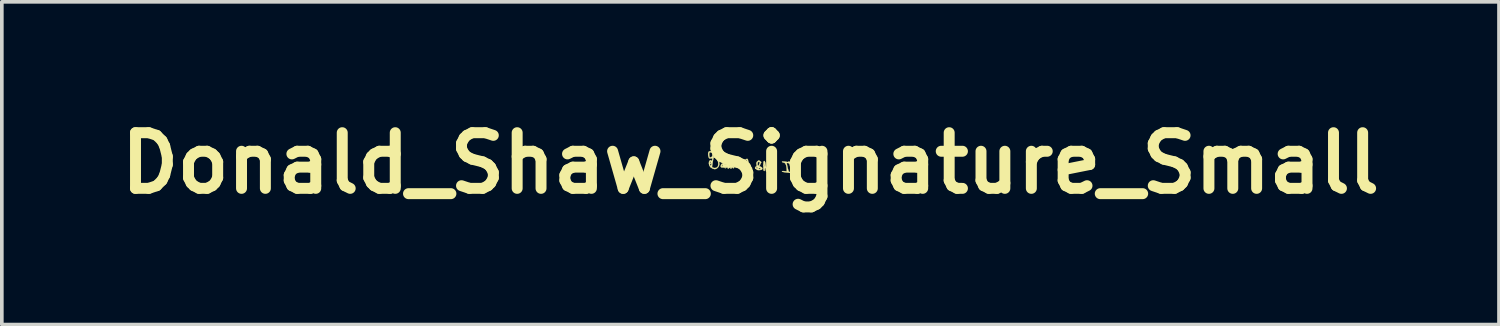
<source format=kicad_pcb>
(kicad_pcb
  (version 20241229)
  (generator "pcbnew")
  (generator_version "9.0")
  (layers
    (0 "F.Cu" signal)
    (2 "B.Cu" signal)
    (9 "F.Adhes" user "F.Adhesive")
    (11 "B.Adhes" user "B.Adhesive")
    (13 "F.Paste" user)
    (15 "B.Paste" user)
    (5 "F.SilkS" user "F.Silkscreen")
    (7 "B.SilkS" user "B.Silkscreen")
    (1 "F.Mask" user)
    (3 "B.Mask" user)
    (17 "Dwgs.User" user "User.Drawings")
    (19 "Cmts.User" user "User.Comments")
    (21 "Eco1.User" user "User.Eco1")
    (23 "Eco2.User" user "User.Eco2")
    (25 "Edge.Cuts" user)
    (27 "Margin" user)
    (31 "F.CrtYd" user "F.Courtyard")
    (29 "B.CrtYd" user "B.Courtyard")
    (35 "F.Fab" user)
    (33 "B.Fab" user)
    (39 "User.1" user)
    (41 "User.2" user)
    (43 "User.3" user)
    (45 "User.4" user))
  (footprint "Donald_Shaw_Signature_Small"
    (layer "F.Cu")
    (at 17.497 1.418)
    (property "Reference" "Donald_Shaw_Signature_Small" (at 0 0 0) (layer "F.SilkS") (effects (font (size 1.524 1.524) (thickness 0.3))))
    (attr through_hole)
    (fp_poly (pts (xy 0.259 -0.059) (xy 0.268 -0.052) (xy 0.298 -0.028) (xy 0.271 0.028) (xy 0.244 0.084) (xy 0.281 0.098) (xy 0.315 0.119) (xy 0.327 0.145) (xy 0.317 0.172) (xy 0.299 0.181) (xy 0.267 0.187) (xy 0.231 0.189) (xy 0.199 0.187) (xy 0.18 0.181) (xy 0.178 0.177) (xy 0.167 0.165) (xy 0.152 0.159) (xy 0.136 0.146) (xy 0.224 0.146) (xy 0.225 0.16) (xy 0.245 0.165) (xy 0.257 0.165) (xy 0.283 0.164) (xy 0.287 0.159) (xy 0.272 0.146) (xy 0.247 0.13) (xy 0.232 0.132) (xy 0.224 0.146) (xy 0.136 0.146) (xy 0.132 0.142) (xy 0.131 0.133) (xy 0.154 0.133) (xy 0.168 0.143) (xy 0.192 0.144) (xy 0.203 0.128) (xy 0.203 0.126) (xy 0.193 0.117) (xy 0.178 0.114) (xy 0.157 0.12) (xy 0.154 0.133) (xy 0.131 0.133) (xy 0.129 0.119) (xy 0.144 0.099) (xy 0.152 0.095) (xy 0.167 0.087) (xy 0.173 0.069) (xy 0.17 0.034) (xy 0.17 0.033) (xy 0.167 0.001) (xy 0.194 0.001) (xy 0.195 0.039) (xy 0.196 0.045) (xy 0.206 0.071) (xy 0.219 0.072) (xy 0.235 0.048) (xy 0.244 0.026) (xy 0.257 -0.011) (xy 0.255 -0.03) (xy 0.239 -0.038) (xy 0.227 -0.038) (xy 0.206 -0.027) (xy 0.194 0.001) (xy 0.167 0.001) (xy 0.167 -0.005) (xy 0.174 -0.03) (xy 0.191 -0.049) (xy 0.217 -0.07) (xy 0.236 -0.074) (xy 0.259 -0.059)) (stroke (width 0.01) (type solid)) (fill yes) (layer "F.SilkS"))
    (fp_poly (pts (xy -0.076 -0.114) (xy -0.065 -0.087) (xy -0.064 -0.069) (xy -0.051 -0.021) (xy -0.032 0.005) (xy -0.007 0.037) (xy 0.008 0.072) (xy 0.021 0.104) (xy 0.037 0.123) (xy 0.049 0.139) (xy 0.047 0.147) (xy 0.032 0.149) (xy 0.023 0.143) (xy 0.006 0.136) (xy -0.009 0.147) (xy -0.03 0.156) (xy -0.066 0.161) (xy -0.107 0.163) (xy -0.144 0.16) (xy -0.169 0.153) (xy -0.173 0.15) (xy -0.169 0.141) (xy -0.163 0.14) (xy -0.154 0.136) (xy -0.16 0.13) (xy -0.165 0.124) (xy -0.122 0.124) (xy -0.118 0.132) (xy -0.1 0.138) (xy -0.069 0.139) (xy -0.038 0.137) (xy -0.021 0.131) (xy -0.021 0.117) (xy -0.036 0.098) (xy -0.058 0.082) (xy -0.078 0.076) (xy -0.099 0.085) (xy -0.116 0.104) (xy -0.122 0.124) (xy -0.165 0.124) (xy -0.175 0.111) (xy -0.183 0.094) (xy -0.182 0.078) (xy -0.158 0.078) (xy -0.158 0.091) (xy -0.144 0.096) (xy -0.136 0.09) (xy -0.128 0.074) (xy -0.13 0.069) (xy -0.146 0.066) (xy -0.158 0.078) (xy -0.182 0.078) (xy -0.181 0.064) (xy -0.157 0.043) (xy -0.134 0.036) (xy -0.111 0.025) (xy -0.11 0.023) (xy -0.078 0.023) (xy -0.075 0.047) (xy -0.059 0.06) (xy -0.03 0.074) (xy -0.019 0.071) (xy -0.025 0.051) (xy -0.027 0.048) (xy -0.048 0.017) (xy -0.066 0.009) (xy -0.078 0.023) (xy -0.11 0.023) (xy -0.107 0.01) (xy -0.123 -0.001) (xy -0.129 -0.002) (xy -0.155 -0.016) (xy -0.164 -0.041) (xy -0.161 -0.054) (xy -0.137 -0.054) (xy -0.135 -0.032) (xy -0.115 -0.025) (xy -0.115 -0.025) (xy -0.095 -0.032) (xy -0.089 -0.056) (xy -0.089 -0.058) (xy -0.096 -0.082) (xy -0.112 -0.087) (xy -0.129 -0.076) (xy -0.137 -0.054) (xy -0.161 -0.054) (xy -0.156 -0.072) (xy -0.133 -0.099) (xy -0.1 -0.118) (xy -0.076 -0.114)) (stroke (width 0.01) (type solid)) (fill yes) (layer "F.SilkS"))
    (fp_poly (pts (xy 1.072 -0.039) (xy 1.088 -0.03) (xy 1.092 -0.037) (xy 1.1 -0.046) (xy 1.108 -0.042) (xy 1.132 -0.036) (xy 1.156 -0.036) (xy 1.187 -0.039) (xy 1.16 -0.016) (xy 1.134 0.006) (xy 1.16 0.118) (xy 1.173 0.173) (xy 1.184 0.206) (xy 1.197 0.222) (xy 1.217 0.224) (xy 1.246 0.214) (xy 1.262 0.208) (xy 1.28 0.208) (xy 1.283 0.214) (xy 1.272 0.226) (xy 1.245 0.24) (xy 1.238 0.243) (xy 1.209 0.256) (xy 1.194 0.267) (xy 1.194 0.269) (xy 1.185 0.278) (xy 1.184 0.277) (xy 1.168 0.275) (xy 1.133 0.271) (xy 1.092 0.266) (xy 1.007 0.256) (xy 0.945 0.248) (xy 0.902 0.241) (xy 0.877 0.235) (xy 0.865 0.228) (xy 0.864 0.225) (xy 0.875 0.218) (xy 0.907 0.217) (xy 0.93 0.219) (xy 0.997 0.226) (xy 0.995 0.161) (xy 0.989 0.11) (xy 0.979 0.06) (xy 0.974 0.045) (xy 0.958 0.01) (xy 0.939 -0.006) (xy 0.993 -0.006) (xy 0.994 0.007) (xy 1 0.039) (xy 1.01 0.085) (xy 1.018 0.119) (xy 1.032 0.175) (xy 1.043 0.211) (xy 1.053 0.23) (xy 1.064 0.239) (xy 1.079 0.241) (xy 1.08 0.241) (xy 1.113 0.241) (xy 1.096 0.143) (xy 1.085 0.082) (xy 1.077 0.042) (xy 1.068 0.018) (xy 1.057 0.005) (xy 1.094 0.005) (xy 1.096 0.019) (xy 1.101 0.041) (xy 1.109 0.078) (xy 1.121 0.133) (xy 1.137 0.209) (xy 1.138 0.213) (xy 1.146 0.233) (xy 1.155 0.236) (xy 1.157 0.221) (xy 1.153 0.188) (xy 1.143 0.143) (xy 1.138 0.121) (xy 1.124 0.072) (xy 1.111 0.032) (xy 1.102 0.007) (xy 1.099 0.004) (xy 1.094 0.005) (xy 1.057 0.005) (xy 1.057 0.005) (xy 1.042 -0.002) (xy 1.031 -0.004) (xy 1.005 -0.007) (xy 0.993 -0.006) (xy 0.939 -0.006) (xy 0.937 -0.008) (xy 0.91 -0.017) (xy 0.875 -0.028) (xy 0.864 -0.038) (xy 0.876 -0.045) (xy 0.908 -0.046) (xy 0.93 -0.044) (xy 0.972 -0.038) (xy 1.004 -0.033) (xy 1.015 -0.03) (xy 1.037 -0.034) (xy 1.043 -0.04) (xy 1.055 -0.049) (xy 1.072 -0.039)) (stroke (width 0.01) (type solid)) (fill yes) (layer "F.SilkS"))
    (fp_poly (pts (xy 0.39 -0.055) (xy 0.402 -0.029) (xy 0.409 0.001) (xy 0.417 0.047) (xy 0.425 0.091) (xy 0.426 0.099) (xy 0.435 0.141) (xy 0.459 0.102) (xy 0.486 0.072) (xy 0.514 0.064) (xy 0.537 0.067) (xy 0.546 0.084) (xy 0.547 0.105) (xy 0.549 0.13) (xy 0.552 0.133) (xy 0.557 0.115) (xy 0.57 0.087) (xy 0.585 0.083) (xy 0.598 0.103) (xy 0.603 0.123) (xy 0.61 0.151) (xy 0.615 0.158) (xy 0.621 0.142) (xy 0.628 0.109) (xy 0.638 0.086) (xy 0.65 0.087) (xy 0.662 0.112) (xy 0.664 0.121) (xy 0.669 0.133) (xy 0.671 0.122) (xy 0.672 0.111) (xy 0.679 0.084) (xy 0.691 0.076) (xy 0.712 0.083) (xy 0.719 0.097) (xy 0.713 0.107) (xy 0.703 0.123) (xy 0.692 0.155) (xy 0.686 0.178) (xy 0.673 0.219) (xy 0.661 0.238) (xy 0.652 0.235) (xy 0.647 0.208) (xy 0.646 0.2) (xy 0.645 0.159) (xy 0.637 0.196) (xy 0.625 0.228) (xy 0.611 0.236) (xy 0.597 0.22) (xy 0.591 0.201) (xy 0.585 0.174) (xy 0.579 0.17) (xy 0.571 0.186) (xy 0.571 0.187) (xy 0.556 0.21) (xy 0.541 0.214) (xy 0.533 0.198) (xy 0.532 0.194) (xy 0.529 0.182) (xy 0.525 0.187) (xy 0.513 0.203) (xy 0.503 0.197) (xy 0.496 0.172) (xy 0.496 0.159) (xy 0.546 0.159) (xy 0.552 0.165) (xy 0.559 0.159) (xy 0.552 0.152) (xy 0.546 0.159) (xy 0.496 0.159) (xy 0.495 0.15) (xy 0.492 0.118) (xy 0.485 0.108) (xy 0.475 0.119) (xy 0.466 0.149) (xy 0.461 0.177) (xy 0.453 0.216) (xy 0.443 0.234) (xy 0.433 0.229) (xy 0.427 0.213) (xy 0.421 0.176) (xy 0.419 0.156) (xy 0.414 0.133) (xy 0.406 0.127) (xy 0.398 0.138) (xy 0.394 0.166) (xy 0.394 0.171) (xy 0.39 0.204) (xy 0.38 0.215) (xy 0.368 0.205) (xy 0.362 0.194) (xy 0.358 0.168) (xy 0.355 0.126) (xy 0.355 0.076) (xy 0.355 0.064) (xy 0.371 0.064) (xy 0.373 0.087) (xy 0.376 0.089) (xy 0.377 0.086) (xy 0.379 0.054) (xy 0.377 0.041) (xy 0.373 0.037) (xy 0.371 0.055) (xy 0.371 0.064) (xy 0.355 0.064) (xy 0.356 0.025) (xy 0.359 -0.018) (xy 0.363 -0.043) (xy 0.376 -0.06) (xy 0.39 -0.055)) (stroke (width 0.01) (type solid)) (fill yes) (layer "F.SilkS"))
    (fp_poly (pts (xy -1.045 -0.314) (xy -1.037 -0.307) (xy -1.022 -0.277) (xy -1.016 -0.236) (xy -1.016 -0.233) (xy -1.014 -0.2) (xy -1.005 -0.185) (xy -0.988 -0.181) (xy -0.94 -0.168) (xy -0.903 -0.135) (xy -0.877 -0.088) (xy -0.854 -0.016) (xy -0.852 0.044) (xy -0.872 0.094) (xy -0.894 0.122) (xy -0.935 0.154) (xy -0.975 0.163) (xy -1.023 0.152) (xy -1.035 0.147) (xy -1.091 0.111) (xy -1.099 0.101) (xy -1.051 0.101) (xy -1.037 0.118) (xy -1.027 0.124) (xy -0.987 0.133) (xy -0.944 0.129) (xy -0.908 0.113) (xy -0.904 0.109) (xy -0.887 0.077) (xy -0.879 0.03) (xy -0.883 -0.024) (xy -0.894 -0.069) (xy -0.914 -0.112) (xy -0.934 -0.138) (xy -0.962 -0.152) (xy -0.979 -0.157) (xy -0.995 -0.159) (xy -1.006 -0.155) (xy -1.013 -0.138) (xy -1.02 -0.105) (xy -1.027 -0.066) (xy -1.035 -0.013) (xy -1.043 0.035) (xy -1.049 0.068) (xy -1.049 0.071) (xy -1.051 0.101) (xy -1.099 0.101) (xy -1.125 0.063) (xy -1.131 0.032) (xy -1.108 0.032) (xy -1.103 0.054) (xy -1.103 0.055) (xy -1.091 0.071) (xy -1.08 0.065) (xy -1.078 0.062) (xy -1.068 0.034) (xy -1.067 0.022) (xy -1.07 0.007) (xy -1.084 0.011) (xy -1.091 0.015) (xy -1.108 0.032) (xy -1.131 0.032) (xy -1.137 0.004) (xy -1.135 -0.012) (xy -1.115 -0.012) (xy -1.11 0.001) (xy -1.094 -0.003) (xy -1.089 -0.008) (xy -1.086 -0.024) (xy -1.088 -0.034) (xy -1.097 -0.046) (xy -1.106 -0.036) (xy -1.115 -0.012) (xy -1.135 -0.012) (xy -1.133 -0.038) (xy -1.119 -0.064) (xy -1.111 -0.071) (xy -1.091 -0.083) (xy -1.077 -0.077) (xy -1.072 -0.07) (xy -1.059 -0.057) (xy -1.051 -0.065) (xy -1.049 -0.071) (xy -1.042 -0.102) (xy -1.041 -0.115) (xy -1.046 -0.13) (xy -1.063 -0.134) (xy -1.084 -0.131) (xy -1.114 -0.129) (xy -1.131 -0.14) (xy -1.141 -0.161) (xy -1.154 -0.206) (xy -1.157 -0.241) (xy -1.13 -0.241) (xy -1.128 -0.201) (xy -1.121 -0.169) (xy -1.113 -0.153) (xy -1.111 -0.152) (xy -1.097 -0.156) (xy -1.074 -0.165) (xy -1.052 -0.178) (xy -1.043 -0.199) (xy -1.041 -0.227) (xy -1.048 -0.271) (xy -1.068 -0.296) (xy -1.098 -0.3) (xy -1.104 -0.299) (xy -1.122 -0.287) (xy -1.13 -0.261) (xy -1.13 -0.241) (xy -1.157 -0.241) (xy -1.157 -0.254) (xy -1.152 -0.293) (xy -1.143 -0.311) (xy -1.115 -0.327) (xy -1.079 -0.328) (xy -1.045 -0.314)) (stroke (width 0.01) (type solid)) (fill yes) (layer "F.SilkS"))
    (fp_poly (pts (xy -0.514 -0.078) (xy -0.507 -0.06) (xy -0.505 -0.03) (xy -0.505 -0.027) (xy -0.505 0.005) (xy -0.498 0.018) (xy -0.48 0.021) (xy -0.479 0.02) (xy -0.457 0.012) (xy -0.447 -0.014) (xy -0.447 -0.016) (xy -0.438 -0.041) (xy -0.423 -0.051) (xy -0.411 -0.044) (xy -0.408 -0.022) (xy -0.408 0.012) (xy -0.406 0.044) (xy -0.403 0.059) (xy -0.4 0.049) (xy -0.395 0.015) (xy -0.395 0.014) (xy -0.387 -0.031) (xy -0.375 -0.057) (xy -0.37 -0.061) (xy -0.36 -0.06) (xy -0.357 -0.045) (xy -0.358 -0.013) (xy -0.361 0.012) (xy -0.368 0.069) (xy -0.376 0.105) (xy -0.386 0.123) (xy -0.394 0.127) (xy -0.406 0.116) (xy -0.414 0.098) (xy -0.421 0.08) (xy -0.427 0.082) (xy -0.435 0.105) (xy -0.451 0.132) (xy -0.471 0.139) (xy -0.489 0.125) (xy -0.491 0.119) (xy -0.499 0.106) (xy -0.506 0.116) (xy -0.51 0.125) (xy -0.524 0.147) (xy -0.538 0.151) (xy -0.546 0.136) (xy -0.546 0.132) (xy -0.55 0.118) (xy -0.563 0.125) (xy -0.582 0.133) (xy -0.589 0.131) (xy -0.596 0.132) (xy -0.597 0.138) (xy -0.602 0.153) (xy -0.612 0.15) (xy -0.621 0.134) (xy -0.624 0.117) (xy -0.626 0.098) (xy -0.631 0.103) (xy -0.631 0.105) (xy -0.641 0.124) (xy -0.648 0.127) (xy -0.66 0.117) (xy -0.664 0.105) (xy -0.669 0.094) (xy -0.47 0.094) (xy -0.468 0.112) (xy -0.465 0.114) (xy -0.459 0.104) (xy -0.454 0.083) (xy -0.453 0.062) (xy -0.459 0.058) (xy -0.467 0.072) (xy -0.47 0.094) (xy -0.669 0.094) (xy -0.669 0.093) (xy -0.671 0.106) (xy -0.672 0.111) (xy -0.678 0.131) (xy -0.689 0.141) (xy -0.697 0.136) (xy -0.699 0.129) (xy -0.709 0.12) (xy -0.721 0.119) (xy -0.769 0.118) (xy -0.797 0.113) (xy -0.81 0.102) (xy -0.813 0.085) (xy -0.81 0.073) (xy -0.786 0.073) (xy -0.782 0.087) (xy -0.777 0.089) (xy -0.765 0.078) (xy -0.758 0.063) (xy -0.758 0.051) (xy -0.584 0.051) (xy -0.58 0.061) (xy -0.576 0.059) (xy -0.574 0.044) (xy -0.576 0.042) (xy -0.583 0.044) (xy -0.584 0.051) (xy -0.758 0.051) (xy -0.758 0.043) (xy -0.766 0.042) (xy -0.78 0.054) (xy -0.786 0.073) (xy -0.81 0.073) (xy -0.805 0.047) (xy -0.784 0.019) (xy -0.755 0.008) (xy -0.746 0.01) (xy -0.721 0.019) (xy -0.711 0.025) (xy -0.695 0.034) (xy -0.666 0.042) (xy -0.663 0.042) (xy -0.631 0.045) (xy -0.615 0.034) (xy -0.614 0.032) (xy -0.602 0.015) (xy -0.596 0.013) (xy -0.576 0.003) (xy -0.553 -0.02) (xy -0.535 -0.047) (xy -0.531 -0.059) (xy -0.523 -0.079) (xy -0.514 -0.078)) (stroke (width 0.01) (type solid)) (fill yes) (layer "F.SilkS")))
  (gr_rect
    (start -3 -3)
    (end 37.994 5.836)
    (stroke (width 0.1) (type default))
    (fill no)
    (layer "Edge.Cuts")))
</source>
